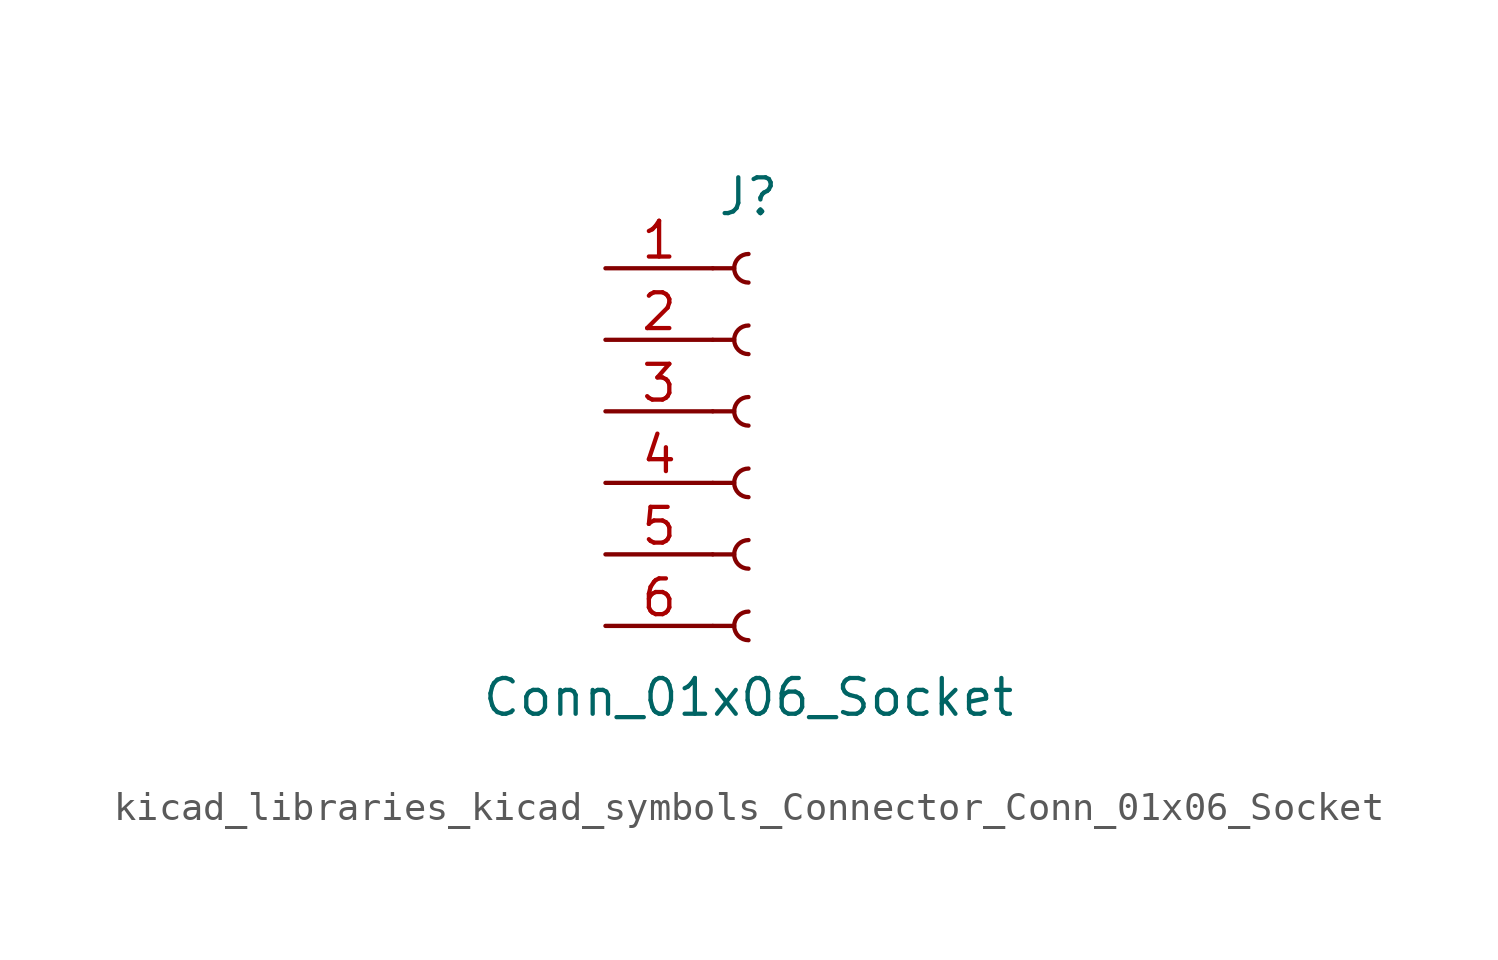
<source format=kicad_sym>
(kicad_symbol_lib
  (version 20220914)
  (generator kicad_symbol_editor)
  (symbol "kicad_libraries_kicad_symbols_Connector_Conn_01x06_Socket"
    (pin_names
      (offset 1.016) hide)
    (property "Reference" "J"
      (at 0 7.62 0)
      (effects (font (size 1.27 1.27))))
    (property "Value" "Conn_01x06_Socket"
      (at 0 -10.16 0)
      (effects (font (size 1.27 1.27))))
    (property "ki_locked" ""
      (at 0 0 0)
      (effects (font (size 1.27 1.27))))
    (symbol "kicad_libraries_kicad_symbols_Connector_Conn_01x06_Socket_1_1"
      (arc (start 0 -7.112) (mid -0.5058 -7.62) (end 0 -8.128) (stroke (width 0.1524) (type default)) (fill (type none)))
      (arc (start 0 -4.572) (mid -0.5058 -5.08) (end 0 -5.588) (stroke (width 0.1524) (type default)) (fill (type none)))
      (arc (start 0 -2.032) (mid -0.5058 -2.54) (end 0 -3.048) (stroke (width 0.1524) (type default)) (fill (type none)))
      (polyline (pts (xy -1.27 -7.62) (xy -0.508 -7.62)) (stroke (width 0.152) (type default)) (fill (type none)))
      (polyline (pts (xy -1.27 -5.08) (xy -0.508 -5.08)) (stroke (width 0.152) (type default)) (fill (type none)))
      (polyline (pts (xy -1.27 -2.54) (xy -0.508 -2.54)) (stroke (width 0.152) (type default)) (fill (type none)))
      (polyline (pts (xy -1.27 0) (xy -0.508 0)) (stroke (width 0.152) (type default)) (fill (type none)))
      (polyline (pts (xy -1.27 2.54) (xy -0.508 2.54)) (stroke (width 0.152) (type default)) (fill (type none)))
      (polyline (pts (xy -1.27 5.08) (xy -0.508 5.08)) (stroke (width 0.152) (type default)) (fill (type none)))
      (arc (start 0 0.508) (mid -0.5058 0) (end 0 -0.508) (stroke (width 0.1524) (type default)) (fill (type none)))
      (arc (start 0 3.048) (mid -0.5058 2.54) (end 0 2.032) (stroke (width 0.1524) (type default)) (fill (type none)))
      (arc (start 0 5.588) (mid -0.5058 5.08) (end 0 4.572) (stroke (width 0.1524) (type default)) (fill (type none)))
      (pin passive line (at -5.08 5.08 0) (length 3.81) (name "Pin_1" (effects (font (size 1.27 1.27)))) (number "1" (effects (font (size 1.27 1.27)))))
      (pin passive line (at -5.08 2.54 0) (length 3.81) (name "Pin_2" (effects (font (size 1.27 1.27)))) (number "2" (effects (font (size 1.27 1.27)))))
      (pin passive line (at -5.08 0 0) (length 3.81) (name "Pin_3" (effects (font (size 1.27 1.27)))) (number "3" (effects (font (size 1.27 1.27)))))
      (pin passive line (at -5.08 -2.54 0) (length 3.81) (name "Pin_4" (effects (font (size 1.27 1.27)))) (number "4" (effects (font (size 1.27 1.27)))))
      (pin passive line (at -5.08 -5.08 0) (length 3.81) (name "Pin_5" (effects (font (size 1.27 1.27)))) (number "5" (effects (font (size 1.27 1.27)))))
      (pin passive line (at -5.08 -7.62 0) (length 3.81) (name "Pin_6" (effects (font (size 1.27 1.27)))) (number "6" (effects (font (size 1.27 1.27))))))))
</source>
